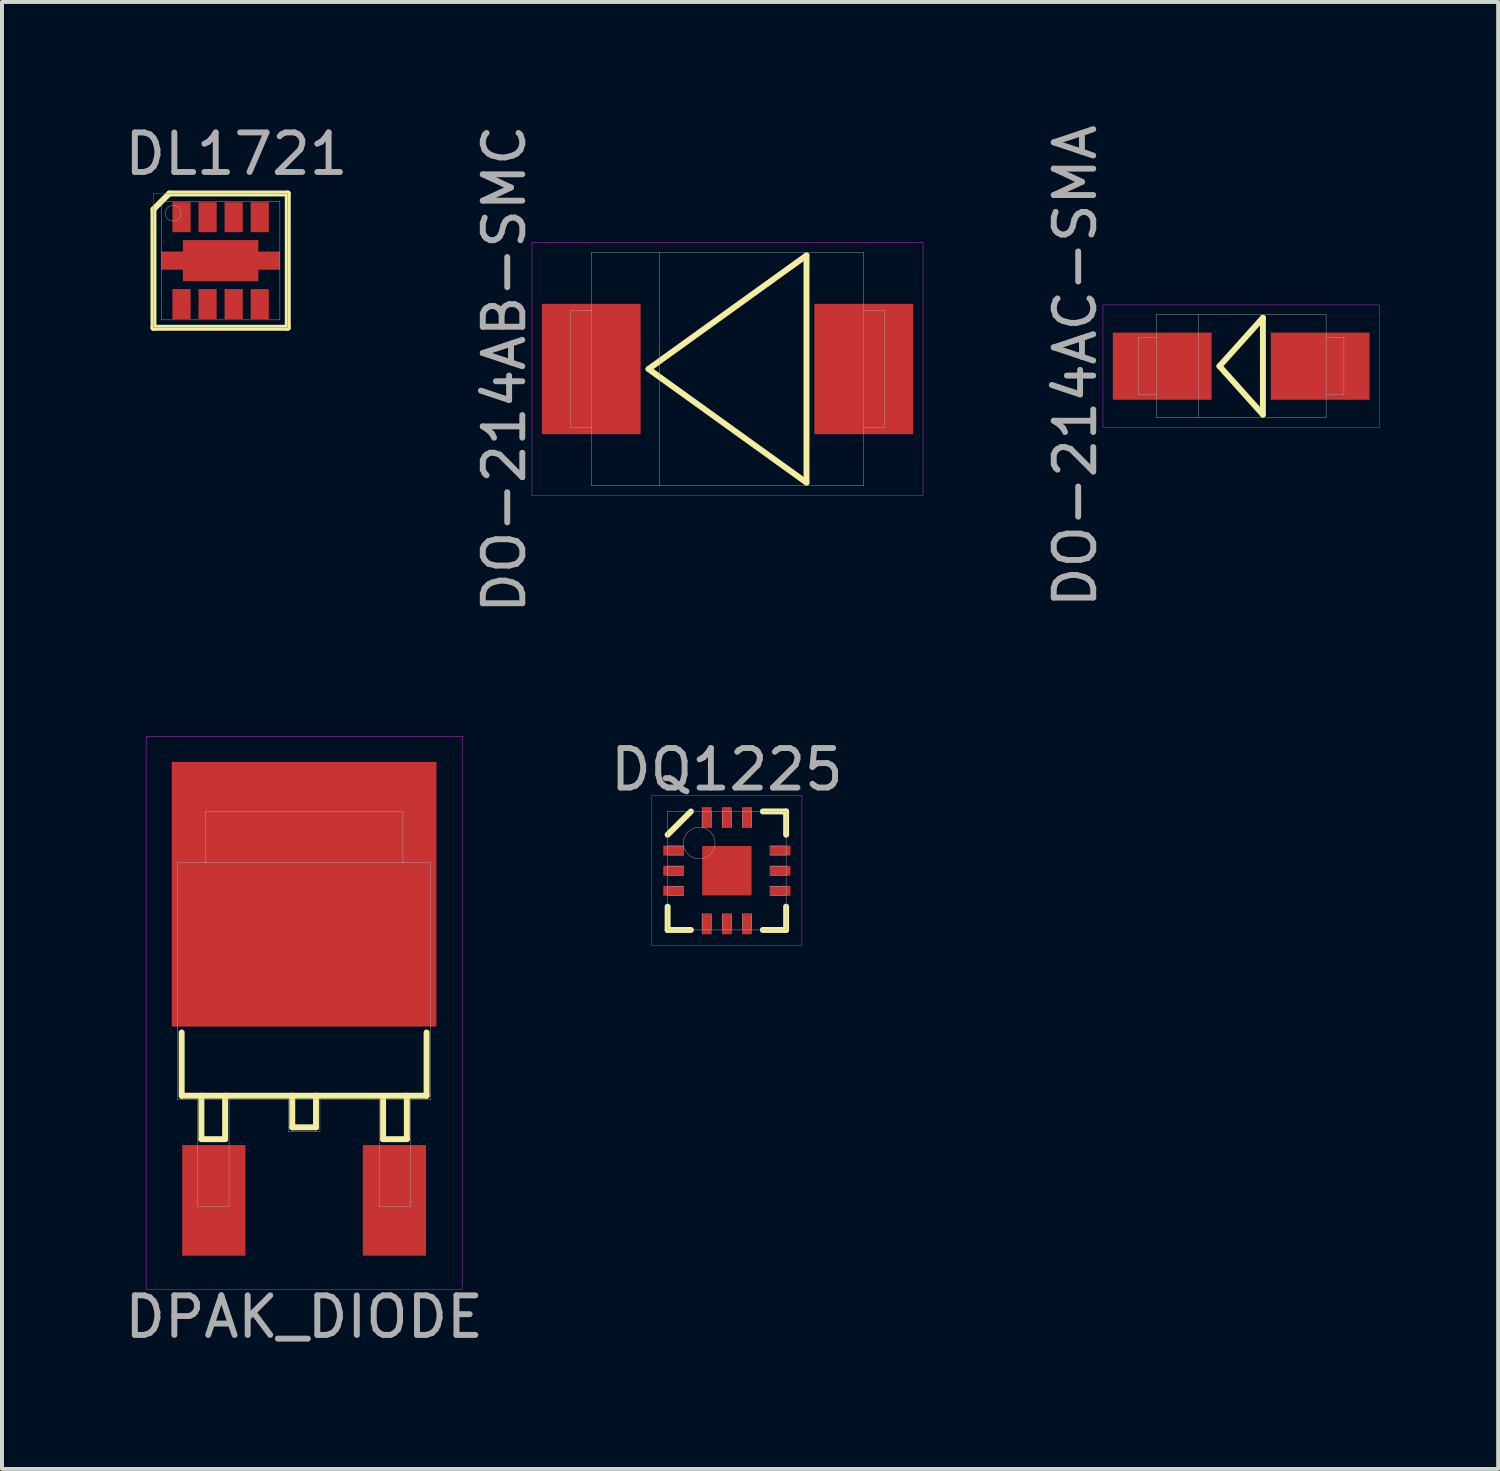
<source format=kicad_pcb>
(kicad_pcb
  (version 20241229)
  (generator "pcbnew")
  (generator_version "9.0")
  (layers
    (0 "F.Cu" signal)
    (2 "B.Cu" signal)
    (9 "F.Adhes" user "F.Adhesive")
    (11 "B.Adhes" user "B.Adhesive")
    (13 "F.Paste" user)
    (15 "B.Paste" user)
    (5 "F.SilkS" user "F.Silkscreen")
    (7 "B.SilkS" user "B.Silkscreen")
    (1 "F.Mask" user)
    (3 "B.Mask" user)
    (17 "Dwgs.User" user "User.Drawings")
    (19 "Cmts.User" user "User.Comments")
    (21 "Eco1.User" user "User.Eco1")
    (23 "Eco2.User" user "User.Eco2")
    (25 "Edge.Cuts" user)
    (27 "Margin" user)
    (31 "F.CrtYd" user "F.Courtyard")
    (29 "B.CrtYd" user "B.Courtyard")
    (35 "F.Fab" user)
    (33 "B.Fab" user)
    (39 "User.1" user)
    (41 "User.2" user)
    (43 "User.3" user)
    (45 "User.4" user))
  (footprint "DL1721"
    (layer "F.Cu")
    (at 2.535 3.548)
    (property "Reference" "DL1721" (at 0.4 -2.7 0) (layer "F.Fab") (effects (font (size 1 1) (thickness 0.15))))
    (attr through_hole)
    (fp_line (start -1.7 -1.3) (end -1.7 1.7) (stroke (width 0.15) (type solid)) (layer "F.SilkS"))
    (fp_line (start -1.3 -1.7) (end -1.7 -1.3) (stroke (width 0.15) (type solid)) (layer "F.SilkS"))
    (fp_line (start 1.7 -1.7) (end -1.3 -1.7) (stroke (width 0.15) (type solid)) (layer "F.SilkS"))
    (fp_line (start 1.7 -1.7) (end 1.7 1.7) (stroke (width 0.15) (type solid)) (layer "F.SilkS"))
    (fp_line (start 1.7 1.7) (end -1.7 1.7) (stroke (width 0.15) (type solid)) (layer "F.SilkS"))
    (fp_line (start -1.7 -1.7) (end 1.7 -1.7) (stroke (width 0.01) (type solid)) (layer "F.CrtYd"))
    (fp_line (start -1.7 1.7) (end -1.7 -1.7) (stroke (width 0.01) (type solid)) (layer "F.CrtYd"))
    (fp_line (start 1.7 -1.7) (end 1.7 1.7) (stroke (width 0.01) (type solid)) (layer "F.CrtYd"))
    (fp_line (start 1.7 1.7) (end -1.7 1.7) (stroke (width 0.01) (type solid)) (layer "F.CrtYd"))
    (fp_line (start -1.5 -1.5) (end 1.5 -1.5) (stroke (width 0.01) (type solid)) (layer "F.Fab"))
    (fp_line (start -1.5 1.5) (end -1.5 -1.5) (stroke (width 0.01) (type solid)) (layer "F.Fab"))
    (fp_line (start 1.5 -1.5) (end 1.5 1.5) (stroke (width 0.01) (type solid)) (layer "F.Fab"))
    (fp_line (start 1.5 1.5) (end -1.5 1.5) (stroke (width 0.01) (type solid)) (layer "F.Fab"))
    (fp_circle (center -1.2 -1.2) (end -1 -1.2) (stroke (width 0.01) (type solid)) (fill no) (layer "F.Fab"))
    (pad "1" smd custom (at -0.99 -1.1) (size 0.46 0.76) (layers "F.Cu" "F.Mask" "F.Paste") (options (anchor rect)) (primitives))
    (pad "2" smd custom (at -0.33 -1.1) (size 0.46 0.76) (layers "F.Cu" "F.Mask" "F.Paste") (options (anchor rect)) (primitives))
    (pad "3" smd custom (at 0.33 -1.1) (size 0.46 0.76) (layers "F.Cu" "F.Mask" "F.Paste") (options (anchor rect)) (primitives))
    (pad "4" smd custom (at 0.99 -1.1) (size 0.46 0.76) (layers "F.Cu" "F.Mask" "F.Paste") (options (anchor rect)) (primitives))
    (pad "5" smd custom (at 0.99 1.1) (size 0.46 0.76) (layers "F.Cu" "F.Mask" "F.Paste") (options (anchor rect)) (primitives))
    (pad "6" smd custom (at 0.33 1.1) (size 0.46 0.76) (layers "F.Cu" "F.Mask" "F.Paste") (options (anchor rect)) (primitives))
    (pad "7" smd custom (at -0.33 1.1) (size 0.46 0.76) (layers "F.Cu" "F.Mask" "F.Paste") (options (anchor rect)) (primitives))
    (pad "8" smd custom (at -0.99 1.1) (size 0.46 0.76) (layers "F.Cu" "F.Mask" "F.Paste") (options (anchor rect)) (primitives))
    (pad "EP" smd custom (at 0 0) (size 1 1) (layers "F.Cu" "F.Mask" "F.Paste") (options (anchor rect)) (primitives (gr_poly (pts (xy -0.955 0.52) (xy 0.955 0.52) (xy 0.955 0.23) (xy 1.5 0.23) (xy 1.5 -0.23) (xy 0.955 -0.23) (xy 0.955 -0.52) (xy -0.955 -0.52) (xy -0.955 -0.23) (xy -1.5 -0.23) (xy -1.5 0.23) (xy -0.955 0.23)) (width 0) (fill yes)))))
  (footprint "DQ1225"
    (layer "F.Cu")
    (at 15.351 18.992)
    (property "Reference" "DQ1225" (at 0 -2.56 0) (layer "F.Fab") (effects (font (size 1 1) (thickness 0.15))))
    (attr smd)
    (fp_line (start -1.5 -0.91) (end -0.91 -1.5) (stroke (width 0.15) (type solid)) (layer "F.SilkS"))
    (fp_line (start -1.5 1.5) (end -1.5 0.91) (stroke (width 0.15) (type solid)) (layer "F.SilkS"))
    (fp_line (start -0.91 1.5) (end -1.5 1.5) (stroke (width 0.15) (type solid)) (layer "F.SilkS"))
    (fp_line (start 0.91 -1.5) (end 1.5 -1.5) (stroke (width 0.15) (type solid)) (layer "F.SilkS"))
    (fp_line (start 0.91 1.5) (end 1.5 1.5) (stroke (width 0.15) (type solid)) (layer "F.SilkS"))
    (fp_line (start 1.5 -1.5) (end 1.5 -0.91) (stroke (width 0.15) (type solid)) (layer "F.SilkS"))
    (fp_line (start 1.5 1.5) (end 1.5 0.91) (stroke (width 0.15) (type solid)) (layer "F.SilkS"))
    (fp_line (start -1.9 -1.9) (end 1.9 -1.9) (stroke (width 0.01) (type solid)) (layer "F.CrtYd"))
    (fp_line (start -1.9 1.9) (end -1.9 -1.9) (stroke (width 0.01) (type solid)) (layer "F.CrtYd"))
    (fp_line (start 1.9 -1.9) (end 1.9 1.9) (stroke (width 0.01) (type solid)) (layer "F.CrtYd"))
    (fp_line (start 1.9 1.9) (end -1.9 1.9) (stroke (width 0.01) (type solid)) (layer "F.CrtYd"))
    (fp_line (start -1.5 -1.5) (end 1.5 -1.5) (stroke (width 0.01) (type solid)) (layer "F.Fab"))
    (fp_line (start -1.5 -0.395) (end -1.09 -0.395) (stroke (width 0.01) (type solid)) (layer "F.Fab"))
    (fp_line (start -1.5 0.115) (end -1.09 0.115) (stroke (width 0.01) (type solid)) (layer "F.Fab"))
    (fp_line (start -1.5 0.625) (end -1.09 0.625) (stroke (width 0.01) (type solid)) (layer "F.Fab"))
    (fp_line (start -1.5 1.5) (end -1.5 -1.5) (stroke (width 0.01) (type solid)) (layer "F.Fab"))
    (fp_line (start -1.09 -0.625) (end -1.5 -0.625) (stroke (width 0.01) (type solid)) (layer "F.Fab"))
    (fp_line (start -1.09 -0.395) (end -1.09 -0.625) (stroke (width 0.01) (type solid)) (layer "F.Fab"))
    (fp_line (start -1.09 -0.115) (end -1.5 -0.115) (stroke (width 0.01) (type solid)) (layer "F.Fab"))
    (fp_line (start -1.09 0.115) (end -1.09 -0.115) (stroke (width 0.01) (type solid)) (layer "F.Fab"))
    (fp_line (start -1.09 0.395) (end -1.5 0.395) (stroke (width 0.01) (type solid)) (layer "F.Fab"))
    (fp_line (start -1.09 0.625) (end -1.09 0.395) (stroke (width 0.01) (type solid)) (layer "F.Fab"))
    (fp_line (start -0.625 -1.5) (end -0.625 -1.09) (stroke (width 0.01) (type solid)) (layer "F.Fab"))
    (fp_line (start -0.625 -1.09) (end -0.395 -1.09) (stroke (width 0.01) (type solid)) (layer "F.Fab"))
    (fp_line (start -0.625 1.09) (end -0.625 1.5) (stroke (width 0.01) (type solid)) (layer "F.Fab"))
    (fp_line (start -0.395 -1.09) (end -0.395 -1.5) (stroke (width 0.01) (type solid)) (layer "F.Fab"))
    (fp_line (start -0.395 1.09) (end -0.625 1.09) (stroke (width 0.01) (type solid)) (layer "F.Fab"))
    (fp_line (start -0.395 1.5) (end -0.395 1.09) (stroke (width 0.01) (type solid)) (layer "F.Fab"))
    (fp_line (start -0.115 -1.5) (end -0.115 -1.09) (stroke (width 0.01) (type solid)) (layer "F.Fab"))
    (fp_line (start -0.115 -1.09) (end 0.115 -1.09) (stroke (width 0.01) (type solid)) (layer "F.Fab"))
    (fp_line (start -0.115 1.09) (end -0.115 1.5) (stroke (width 0.01) (type solid)) (layer "F.Fab"))
    (fp_line (start 0.115 -1.09) (end 0.115 -1.5) (stroke (width 0.01) (type solid)) (layer "F.Fab"))
    (fp_line (start 0.115 1.09) (end -0.115 1.09) (stroke (width 0.01) (type solid)) (layer "F.Fab"))
    (fp_line (start 0.115 1.5) (end 0.115 1.09) (stroke (width 0.01) (type solid)) (layer "F.Fab"))
    (fp_line (start 0.395 -1.5) (end 0.395 -1.09) (stroke (width 0.01) (type solid)) (layer "F.Fab"))
    (fp_line (start 0.395 -1.09) (end 0.625 -1.09) (stroke (width 0.01) (type solid)) (layer "F.Fab"))
    (fp_line (start 0.395 1.09) (end 0.395 1.5) (stroke (width 0.01) (type solid)) (layer "F.Fab"))
    (fp_line (start 0.625 -1.09) (end 0.625 -1.5) (stroke (width 0.01) (type solid)) (layer "F.Fab"))
    (fp_line (start 0.625 1.09) (end 0.395 1.09) (stroke (width 0.01) (type solid)) (layer "F.Fab"))
    (fp_line (start 0.625 1.5) (end 0.625 1.09) (stroke (width 0.01) (type solid)) (layer "F.Fab"))
    (fp_line (start 1.09 -0.625) (end 1.09 -0.395) (stroke (width 0.01) (type solid)) (layer "F.Fab"))
    (fp_line (start 1.09 -0.395) (end 1.5 -0.395) (stroke (width 0.01) (type solid)) (layer "F.Fab"))
    (fp_line (start 1.09 -0.115) (end 1.09 0.115) (stroke (width 0.01) (type solid)) (layer "F.Fab"))
    (fp_line (start 1.09 0.115) (end 1.5 0.115) (stroke (width 0.01) (type solid)) (layer "F.Fab"))
    (fp_line (start 1.09 0.395) (end 1.09 0.625) (stroke (width 0.01) (type solid)) (layer "F.Fab"))
    (fp_line (start 1.09 0.625) (end 1.5 0.625) (stroke (width 0.01) (type solid)) (layer "F.Fab"))
    (fp_line (start 1.5 -1.5) (end 1.5 1.5) (stroke (width 0.01) (type solid)) (layer "F.Fab"))
    (fp_line (start 1.5 -0.625) (end 1.09 -0.625) (stroke (width 0.01) (type solid)) (layer "F.Fab"))
    (fp_line (start 1.5 -0.115) (end 1.09 -0.115) (stroke (width 0.01) (type solid)) (layer "F.Fab"))
    (fp_line (start 1.5 0.395) (end 1.09 0.395) (stroke (width 0.01) (type solid)) (layer "F.Fab"))
    (fp_line (start 1.5 1.5) (end -1.5 1.5) (stroke (width 0.01) (type solid)) (layer "F.Fab"))
    (fp_circle (center -0.7 -0.7) (end -0.7 -0.3) (stroke (width 0.01) (type solid)) (fill no) (layer "F.Fab"))
    (pad "1" smd rect (at -1.355 -0.51) (size 0.51 0.25) (layers "F.Cu" "F.Mask" "F.Paste"))
    (pad "2" smd rect (at -1.355 0) (size 0.51 0.25) (layers "F.Cu" "F.Mask" "F.Paste"))
    (pad "3" smd rect (at -1.355 0.51) (size 0.51 0.25) (layers "F.Cu" "F.Mask" "F.Paste"))
    (pad "4" smd rect (at -0.51 1.355) (size 0.25 0.51) (layers "F.Cu" "F.Mask" "F.Paste"))
    (pad "5" smd rect (at 0 1.355) (size 0.25 0.51) (layers "F.Cu" "F.Mask" "F.Paste"))
    (pad "6" smd rect (at 0.51 1.355) (size 0.25 0.51) (layers "F.Cu" "F.Mask" "F.Paste"))
    (pad "7" smd rect (at 1.355 0.51) (size 0.51 0.25) (layers "F.Cu" "F.Mask" "F.Paste"))
    (pad "8" smd rect (at 1.355 0) (size 0.51 0.25) (layers "F.Cu" "F.Mask" "F.Paste"))
    (pad "9" smd rect (at 1.355 -0.51) (size 0.51 0.25) (layers "F.Cu" "F.Mask" "F.Paste"))
    (pad "10" smd rect (at 0.51 -1.355) (size 0.25 0.51) (layers "F.Cu" "F.Mask" "F.Paste"))
    (pad "11" smd rect (at 0 -1.355) (size 0.25 0.51) (layers "F.Cu" "F.Mask" "F.Paste"))
    (pad "12" smd rect (at -0.51 -1.355) (size 0.25 0.51) (layers "F.Cu" "F.Mask" "F.Paste"))
    (pad "EP" smd rect (at 0 0) (size 1.25 1.25) (layers "F.Cu" "F.Mask" "F.Paste")))
  (footprint "DPAK_DIODE"
    (layer "F.Cu")
    (at 4.649 19.588)
    (property "Reference" "DPAK_DIODE" (at 0 10.7 0) (layer "F.Fab") (effects (font (size 1 1) (thickness 0.15))))
    (attr smd)
    (fp_line (start -3.1 3.5) (end -3.1 5.1) (stroke (width 0.15) (type solid)) (layer "F.SilkS"))
    (fp_line (start -3.1 5.1) (end 3.1 5.1) (stroke (width 0.15) (type solid)) (layer "F.SilkS"))
    (fp_line (start -2.6 5.1) (end -2.6 6.2) (stroke (width 0.15) (type solid)) (layer "F.SilkS"))
    (fp_line (start -2.6 6.2) (end -2 6.2) (stroke (width 0.15) (type solid)) (layer "F.SilkS"))
    (fp_line (start -2 6.2) (end -2 5.1) (stroke (width 0.15) (type solid)) (layer "F.SilkS"))
    (fp_line (start -0.3 5.1) (end -0.3 5.9) (stroke (width 0.15) (type solid)) (layer "F.SilkS"))
    (fp_line (start -0.3 5.9) (end 0.3 5.9) (stroke (width 0.15) (type solid)) (layer "F.SilkS"))
    (fp_line (start 0.3 5.9) (end 0.3 5.1) (stroke (width 0.15) (type solid)) (layer "F.SilkS"))
    (fp_line (start 2 5.2) (end 2 6.2) (stroke (width 0.15) (type solid)) (layer "F.SilkS"))
    (fp_line (start 2 6.2) (end 2.6 6.2) (stroke (width 0.15) (type solid)) (layer "F.SilkS"))
    (fp_line (start 2.6 6.2) (end 2.6 5.1) (stroke (width 0.15) (type solid)) (layer "F.SilkS"))
    (fp_line (start 3.1 5.1) (end 3.1 3.5) (stroke (width 0.15) (type solid)) (layer "F.SilkS"))
    (fp_line (start -4 -4) (end 4 -4) (stroke (width 0.01) (type solid)) (layer "F.CrtYd"))
    (fp_line (start -4 10) (end -4 -4) (stroke (width 0.01) (type solid)) (layer "F.CrtYd"))
    (fp_line (start 4 -4) (end 4 10) (stroke (width 0.01) (type solid)) (layer "F.CrtYd"))
    (fp_line (start 4 10) (end -4 10) (stroke (width 0.01) (type solid)) (layer "F.CrtYd"))
    (fp_line (start -3.2 -0.8) (end 3.2 -0.8) (stroke (width 0.01) (type solid)) (layer "F.Fab"))
    (fp_line (start -3.2 5.2) (end -3.2 -0.8) (stroke (width 0.01) (type solid)) (layer "F.Fab"))
    (fp_line (start -2.7 5.2) (end -2.7 7.9) (stroke (width 0.01) (type solid)) (layer "F.Fab"))
    (fp_line (start -2.7 7.9) (end -1.9 7.9) (stroke (width 0.01) (type solid)) (layer "F.Fab"))
    (fp_line (start -2.5 -2.1) (end 2.5 -2.1) (stroke (width 0.01) (type solid)) (layer "F.Fab"))
    (fp_line (start -2.5 -0.8) (end -2.5 -2.1) (stroke (width 0.01) (type solid)) (layer "F.Fab"))
    (fp_line (start -1.9 7.9) (end -1.9 5.2) (stroke (width 0.01) (type solid)) (layer "F.Fab"))
    (fp_line (start -0.4 5.2) (end -0.4 6) (stroke (width 0.01) (type solid)) (layer "F.Fab"))
    (fp_line (start -0.4 6) (end 0.4 6) (stroke (width 0.01) (type solid)) (layer "F.Fab"))
    (fp_line (start 0.4 6) (end 0.4 5.2) (stroke (width 0.01) (type solid)) (layer "F.Fab"))
    (fp_line (start 1.9 5.2) (end 1.9 7.9) (stroke (width 0.01) (type solid)) (layer "F.Fab"))
    (fp_line (start 1.9 7.9) (end 2.7 7.9) (stroke (width 0.01) (type solid)) (layer "F.Fab"))
    (fp_line (start 2.5 -2.1) (end 2.5 -0.8) (stroke (width 0.01) (type solid)) (layer "F.Fab"))
    (fp_line (start 2.7 7.9) (end 2.7 5.2) (stroke (width 0.01) (type solid)) (layer "F.Fab"))
    (fp_line (start 3.2 -0.8) (end 3.2 5.2) (stroke (width 0.01) (type solid)) (layer "F.Fab"))
    (fp_line (start 3.2 5.2) (end -3.2 5.2) (stroke (width 0.01) (type solid)) (layer "F.Fab"))
    (pad "1" smd rect (at 0 0) (size 6.7 6.7) (layers "F.Cu" "F.Mask" "F.Paste"))
    (pad "2" smd rect (at 2.286 7.75) (size 1.6 2.8) (layers "F.Cu" "F.Mask" "F.Paste"))
    (pad "~" smd rect (at -2.286 7.75) (size 1.6 2.8) (layers "F.Cu" "F.Mask" "F.Paste")))
  (footprint "DO-214AC-SMA"
    (layer "F.Cu")
    (at 28.371 6.22)
    (property "Reference" "DO-214AC-SMA" (at -4.2 0 90) (layer "F.Fab") (effects (font (size 1 1) (thickness 0.15))))
    (attr through_hole)
    (fp_line (start -0.55 0) (end 0.55 -1.225) (stroke (width 0.15) (type solid)) (layer "F.SilkS"))
    (fp_line (start -0.55 0) (end 0.55 1.225) (stroke (width 0.15) (type solid)) (layer "F.SilkS"))
    (fp_line (start 0.55 -1.225) (end 0.55 1.225) (stroke (width 0.15) (type solid)) (layer "F.SilkS"))
    (fp_line (start -3.5 -1.55) (end 3.5 -1.55) (stroke (width 0.01) (type solid)) (layer "F.CrtYd"))
    (fp_line (start -3.5 1.55) (end -3.5 -1.55) (stroke (width 0.01) (type solid)) (layer "F.CrtYd"))
    (fp_line (start 3.5 -1.55) (end 3.5 1.55) (stroke (width 0.01) (type solid)) (layer "F.CrtYd"))
    (fp_line (start 3.5 1.55) (end -3.5 1.55) (stroke (width 0.01) (type solid)) (layer "F.CrtYd"))
    (fp_line (start -2.6 -0.725) (end -2.6 0.725) (stroke (width 0.01) (type solid)) (layer "F.Fab"))
    (fp_line (start -2.6 -0.725) (end -2.15 -0.725) (stroke (width 0.01) (type solid)) (layer "F.Fab"))
    (fp_line (start -2.6 0.725) (end -2.15 0.725) (stroke (width 0.01) (type solid)) (layer "F.Fab"))
    (fp_line (start -2.15 -1.3) (end 2.15 -1.3) (stroke (width 0.01) (type solid)) (layer "F.Fab"))
    (fp_line (start -2.15 1.3) (end -2.15 -1.3) (stroke (width 0.01) (type solid)) (layer "F.Fab"))
    (fp_line (start -1.075 -1.3) (end -1.075 1.3) (stroke (width 0.01) (type solid)) (layer "F.Fab"))
    (fp_line (start 2.15 -1.3) (end 2.15 1.3) (stroke (width 0.01) (type solid)) (layer "F.Fab"))
    (fp_line (start 2.15 1.3) (end -2.15 1.3) (stroke (width 0.01) (type solid)) (layer "F.Fab"))
    (fp_line (start 2.6 -0.725) (end 2.15 -0.725) (stroke (width 0.01) (type solid)) (layer "F.Fab"))
    (fp_line (start 2.6 -0.725) (end 2.6 0.725) (stroke (width 0.01) (type solid)) (layer "F.Fab"))
    (fp_line (start 2.6 0.725) (end 2.15 0.725) (stroke (width 0.01) (type solid)) (layer "F.Fab"))
    (pad "1" smd rect (at -2 0) (size 2.5 1.7) (layers "F.Cu" "F.Mask" "F.Paste"))
    (pad "2" smd rect (at 2 0) (size 2.5 1.7) (layers "F.Cu" "F.Mask" "F.Paste")))
  (footprint "DO-214AB-SMC"
    (layer "F.Cu")
    (at 15.367 6.292)
    (property "Reference" "DO-214AB-SMC" (at -5.65 0 90) (layer "F.Fab") (effects (font (size 1 1) (thickness 0.15))))
    (attr through_hole)
    (fp_line (start -2 0) (end 2 -2.875) (stroke (width 0.15) (type solid)) (layer "F.SilkS"))
    (fp_line (start -2 0) (end 2 2.875) (stroke (width 0.15) (type solid)) (layer "F.SilkS"))
    (fp_line (start 2 -2.875) (end 2 2.875) (stroke (width 0.15) (type solid)) (layer "F.SilkS"))
    (fp_line (start -4.95 -3.2) (end 4.95 -3.2) (stroke (width 0.01) (type solid)) (layer "F.CrtYd"))
    (fp_line (start -4.95 3.2) (end -4.95 -3.2) (stroke (width 0.01) (type solid)) (layer "F.CrtYd"))
    (fp_line (start 4.95 -3.2) (end 4.95 3.2) (stroke (width 0.01) (type solid)) (layer "F.CrtYd"))
    (fp_line (start 4.95 3.2) (end -4.95 3.2) (stroke (width 0.01) (type solid)) (layer "F.CrtYd"))
    (fp_line (start -3.97 -1.475) (end -3.97 1.475) (stroke (width 0.01) (type solid)) (layer "F.Fab"))
    (fp_line (start -3.97 -1.475) (end -3.45 -1.475) (stroke (width 0.01) (type solid)) (layer "F.Fab"))
    (fp_line (start -3.97 1.475) (end -3.45 1.475) (stroke (width 0.01) (type solid)) (layer "F.Fab"))
    (fp_line (start -3.45 -2.95) (end 3.45 -2.95) (stroke (width 0.01) (type solid)) (layer "F.Fab"))
    (fp_line (start -3.45 2.95) (end -3.45 -2.95) (stroke (width 0.01) (type solid)) (layer "F.Fab"))
    (fp_line (start -1.725 -2.95) (end -1.725 2.95) (stroke (width 0.01) (type solid)) (layer "F.Fab"))
    (fp_line (start 3.45 -2.95) (end 3.45 2.95) (stroke (width 0.01) (type solid)) (layer "F.Fab"))
    (fp_line (start 3.45 2.95) (end -3.45 2.95) (stroke (width 0.01) (type solid)) (layer "F.Fab"))
    (fp_line (start 3.97 -1.475) (end 3.45 -1.475) (stroke (width 0.01) (type solid)) (layer "F.Fab"))
    (fp_line (start 3.97 -1.475) (end 3.97 1.475) (stroke (width 0.01) (type solid)) (layer "F.Fab"))
    (fp_line (start 3.97 1.475) (end 3.45 1.475) (stroke (width 0.01) (type solid)) (layer "F.Fab"))
    (pad "1" smd rect (at -3.45 0) (size 2.5 3.3) (layers "F.Cu" "F.Mask" "F.Paste"))
    (pad "2" smd rect (at 3.45 0) (size 2.5 3.3) (layers "F.Cu" "F.Mask" "F.Paste")))
  (gr_rect
    (start -3 -3)
    (end 34.876 34.137)
    (stroke (width 0.1) (type default))
    (fill no)
    (layer "Edge.Cuts")))
</source>
